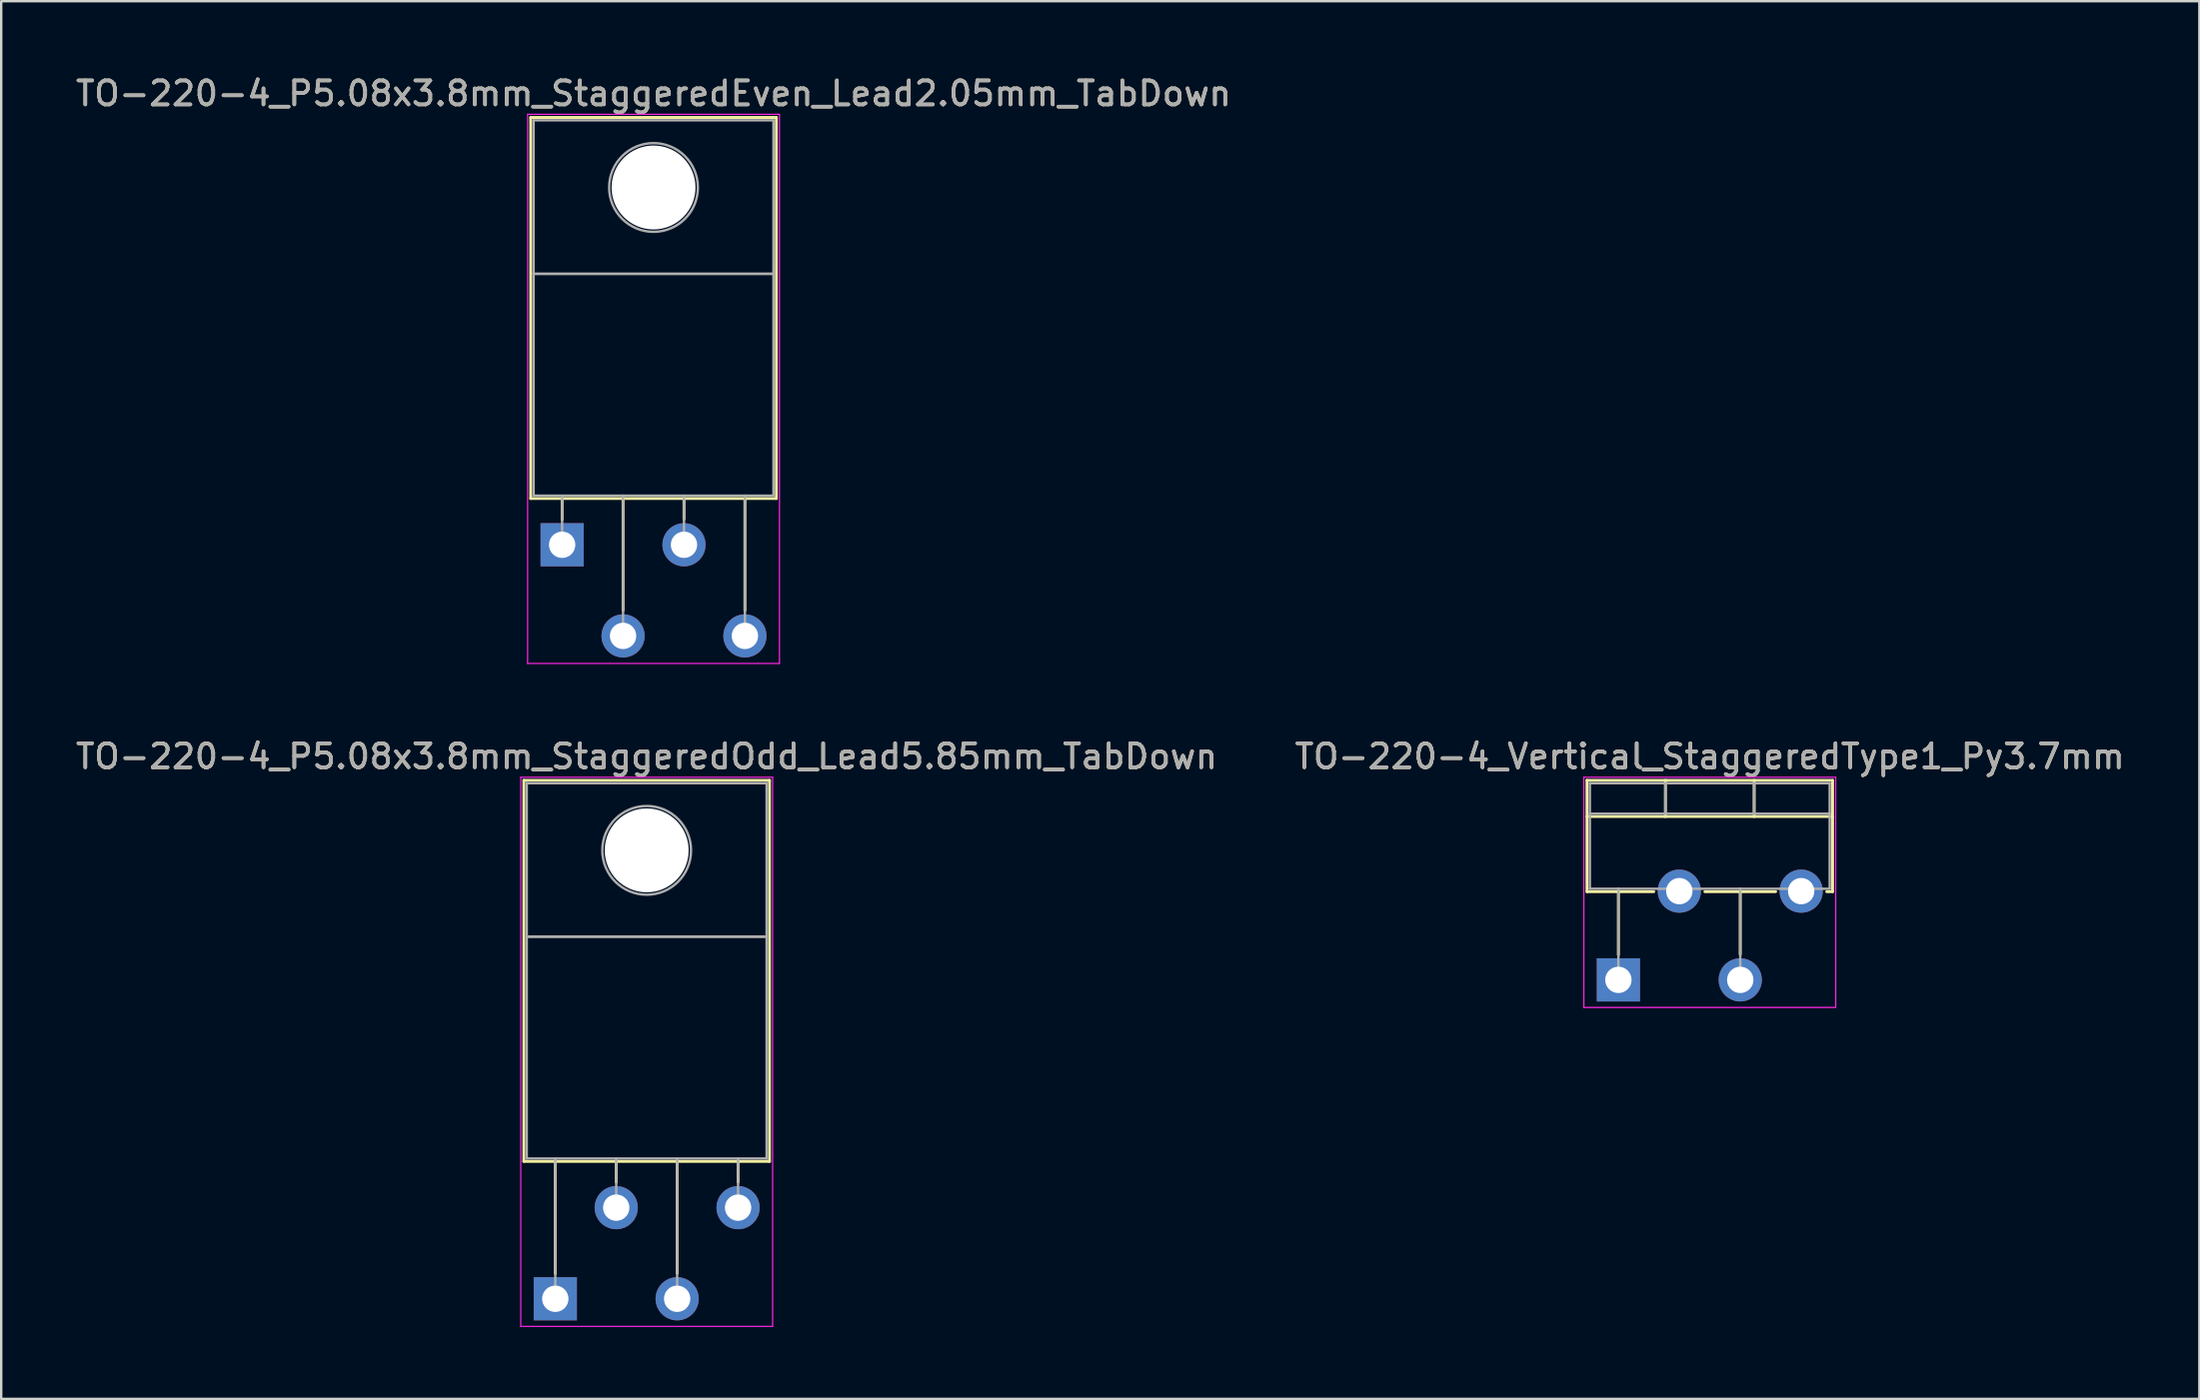
<source format=kicad_pcb>
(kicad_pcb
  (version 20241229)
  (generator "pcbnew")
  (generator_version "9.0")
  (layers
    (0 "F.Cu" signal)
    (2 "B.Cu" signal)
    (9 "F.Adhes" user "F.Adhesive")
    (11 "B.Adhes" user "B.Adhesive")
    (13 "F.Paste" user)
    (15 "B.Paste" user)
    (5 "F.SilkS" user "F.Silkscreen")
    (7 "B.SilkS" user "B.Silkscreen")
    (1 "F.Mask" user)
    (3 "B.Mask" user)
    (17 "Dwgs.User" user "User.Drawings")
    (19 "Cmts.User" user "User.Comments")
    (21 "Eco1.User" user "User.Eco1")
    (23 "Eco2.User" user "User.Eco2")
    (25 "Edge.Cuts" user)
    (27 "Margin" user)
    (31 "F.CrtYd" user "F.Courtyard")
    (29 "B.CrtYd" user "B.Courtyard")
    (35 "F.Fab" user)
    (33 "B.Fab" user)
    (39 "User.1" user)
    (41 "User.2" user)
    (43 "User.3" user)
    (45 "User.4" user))
  (footprint "TO-220-4_P5.08x3.8mm_StaggeredOdd_Lead5.85mm_TabDown"
    (layer "F.Cu")
    (at 20.101 51.111)
    (property "Reference" "TO-220-4_P5.08x3.8mm_StaggeredOdd_Lead5.85mm_TabDown" (at 3.81 -22.62 0) (layer "F.SilkS") (effects (font (size 1 1) (thickness 0.15))))
    (attr through_hole)
    (fp_line (start -1.31 -21.62) (end -1.31 -5.73) (stroke (width 0.12) (type solid)) (layer "F.SilkS"))
    (fp_line (start -1.31 -21.62) (end 8.93 -21.62) (stroke (width 0.12) (type solid)) (layer "F.SilkS"))
    (fp_line (start -1.31 -5.73) (end 8.93 -5.73) (stroke (width 0.12) (type solid)) (layer "F.SilkS"))
    (fp_line (start 0 -5.73) (end 0 -1.05) (stroke (width 0.12) (type solid)) (layer "F.SilkS"))
    (fp_line (start 2.54 -5.73) (end 2.54 -4.866) (stroke (width 0.12) (type solid)) (layer "F.SilkS"))
    (fp_line (start 5.08 -5.73) (end 5.08 -1.065) (stroke (width 0.12) (type solid)) (layer "F.SilkS"))
    (fp_line (start 7.62 -5.73) (end 7.62 -4.866) (stroke (width 0.12) (type solid)) (layer "F.SilkS"))
    (fp_line (start 8.93 -21.62) (end 8.93 -5.73) (stroke (width 0.12) (type solid)) (layer "F.SilkS"))
    (fp_line (start -1.44 -21.75) (end -1.44 1.15) (stroke (width 0.05) (type solid)) (layer "F.CrtYd"))
    (fp_line (start -1.44 1.15) (end 9.06 1.15) (stroke (width 0.05) (type solid)) (layer "F.CrtYd"))
    (fp_line (start 9.06 -21.75) (end -1.44 -21.75) (stroke (width 0.05) (type solid)) (layer "F.CrtYd"))
    (fp_line (start 9.06 1.15) (end 9.06 -21.75) (stroke (width 0.05) (type solid)) (layer "F.CrtYd"))
    (fp_line (start -1.19 -21.5) (end 8.81 -21.5) (stroke (width 0.1) (type solid)) (layer "F.Fab"))
    (fp_line (start -1.19 -15.1) (end -1.19 -21.5) (stroke (width 0.1) (type solid)) (layer "F.Fab"))
    (fp_line (start -1.19 -15.1) (end 8.81 -15.1) (stroke (width 0.1) (type solid)) (layer "F.Fab"))
    (fp_line (start -1.19 -5.85) (end -1.19 -15.1) (stroke (width 0.1) (type solid)) (layer "F.Fab"))
    (fp_line (start 0 -5.85) (end 0 0) (stroke (width 0.1) (type solid)) (layer "F.Fab"))
    (fp_line (start 2.54 -5.85) (end 2.54 -3.8) (stroke (width 0.1) (type solid)) (layer "F.Fab"))
    (fp_line (start 5.08 -5.85) (end 5.08 0) (stroke (width 0.1) (type solid)) (layer "F.Fab"))
    (fp_line (start 7.62 -5.85) (end 7.62 -3.8) (stroke (width 0.1) (type solid)) (layer "F.Fab"))
    (fp_line (start 8.81 -21.5) (end 8.81 -15.1) (stroke (width 0.1) (type solid)) (layer "F.Fab"))
    (fp_line (start 8.81 -15.1) (end -1.19 -15.1) (stroke (width 0.1) (type solid)) (layer "F.Fab"))
    (fp_line (start 8.81 -15.1) (end 8.81 -5.85) (stroke (width 0.1) (type solid)) (layer "F.Fab"))
    (fp_line (start 8.81 -5.85) (end -1.19 -5.85) (stroke (width 0.1) (type solid)) (layer "F.Fab"))
    (fp_circle (center 3.81 -18.7) (end 5.66 -18.7) (stroke (width 0.1) (type solid)) (fill no) (layer "F.Fab"))
    (fp_text user "${REFERENCE}" (at 3.81 -22.62 0) (layer "F.Fab") (effects (font (size 1 1) (thickness 0.15))))
    (pad "" np_thru_hole oval (at 3.81 -18.7) (size 3.5 3.5) (drill 3.5) (layers "*.Cu" "*.Mask"))
    (pad "1" thru_hole rect (at 0 0) (size 1.8 1.8) (drill 1.1) (layers "*.Cu" "*.Mask"))
    (pad "2" thru_hole oval (at 2.54 -3.8) (size 1.8 1.8) (drill 1.1) (layers "*.Cu" "*.Mask"))
    (pad "3" thru_hole oval (at 5.08 0) (size 1.8 1.8) (drill 1.1) (layers "*.Cu" "*.Mask"))
    (pad "4" thru_hole oval (at 7.62 -3.8) (size 1.8 1.8) (drill 1.1) (layers "*.Cu" "*.Mask")))
  (footprint "TO-220-4_P5.08x3.8mm_StaggeredEven_Lead2.05mm_TabDown"
    (layer "F.Cu")
    (at 20.386 19.668)
    (property "Reference" "TO-220-4_P5.08x3.8mm_StaggeredEven_Lead2.05mm_TabDown" (at 3.81 -18.82 0) (layer "F.SilkS") (effects (font (size 1 1) (thickness 0.15))))
    (attr through_hole)
    (fp_line (start -1.31 -17.82) (end -1.31 -1.93) (stroke (width 0.12) (type solid)) (layer "F.SilkS"))
    (fp_line (start -1.31 -17.82) (end 8.93 -17.82) (stroke (width 0.12) (type solid)) (layer "F.SilkS"))
    (fp_line (start -1.31 -1.93) (end 8.93 -1.93) (stroke (width 0.12) (type solid)) (layer "F.SilkS"))
    (fp_line (start 0 -1.93) (end 0 -1.05) (stroke (width 0.12) (type solid)) (layer "F.SilkS"))
    (fp_line (start 2.54 -1.93) (end 2.54 2.735) (stroke (width 0.12) (type solid)) (layer "F.SilkS"))
    (fp_line (start 5.08 -1.93) (end 5.08 -1.066) (stroke (width 0.12) (type solid)) (layer "F.SilkS"))
    (fp_line (start 7.62 -1.93) (end 7.62 2.735) (stroke (width 0.12) (type solid)) (layer "F.SilkS"))
    (fp_line (start 8.93 -17.82) (end 8.93 -1.93) (stroke (width 0.12) (type solid)) (layer "F.SilkS"))
    (fp_line (start -1.44 -17.95) (end -1.44 4.95) (stroke (width 0.05) (type solid)) (layer "F.CrtYd"))
    (fp_line (start -1.44 4.95) (end 9.06 4.95) (stroke (width 0.05) (type solid)) (layer "F.CrtYd"))
    (fp_line (start 9.06 -17.95) (end -1.44 -17.95) (stroke (width 0.05) (type solid)) (layer "F.CrtYd"))
    (fp_line (start 9.06 4.95) (end 9.06 -17.95) (stroke (width 0.05) (type solid)) (layer "F.CrtYd"))
    (fp_line (start -1.19 -17.7) (end 8.81 -17.7) (stroke (width 0.1) (type solid)) (layer "F.Fab"))
    (fp_line (start -1.19 -11.3) (end -1.19 -17.7) (stroke (width 0.1) (type solid)) (layer "F.Fab"))
    (fp_line (start -1.19 -11.3) (end 8.81 -11.3) (stroke (width 0.1) (type solid)) (layer "F.Fab"))
    (fp_line (start -1.19 -2.05) (end -1.19 -11.3) (stroke (width 0.1) (type solid)) (layer "F.Fab"))
    (fp_line (start 0 -2.05) (end 0 0) (stroke (width 0.1) (type solid)) (layer "F.Fab"))
    (fp_line (start 2.54 -2.05) (end 2.54 3.8) (stroke (width 0.1) (type solid)) (layer "F.Fab"))
    (fp_line (start 5.08 -2.05) (end 5.08 0) (stroke (width 0.1) (type solid)) (layer "F.Fab"))
    (fp_line (start 7.62 -2.05) (end 7.62 3.8) (stroke (width 0.1) (type solid)) (layer "F.Fab"))
    (fp_line (start 8.81 -17.7) (end 8.81 -11.3) (stroke (width 0.1) (type solid)) (layer "F.Fab"))
    (fp_line (start 8.81 -11.3) (end -1.19 -11.3) (stroke (width 0.1) (type solid)) (layer "F.Fab"))
    (fp_line (start 8.81 -11.3) (end 8.81 -2.05) (stroke (width 0.1) (type solid)) (layer "F.Fab"))
    (fp_line (start 8.81 -2.05) (end -1.19 -2.05) (stroke (width 0.1) (type solid)) (layer "F.Fab"))
    (fp_circle (center 3.81 -14.9) (end 5.66 -14.9) (stroke (width 0.1) (type solid)) (fill no) (layer "F.Fab"))
    (fp_text user "${REFERENCE}" (at 3.81 -18.82 0) (layer "F.Fab") (effects (font (size 1 1) (thickness 0.15))))
    (pad "" np_thru_hole oval (at 3.81 -14.9) (size 3.5 3.5) (drill 3.5) (layers "*.Cu" "*.Mask"))
    (pad "1" thru_hole rect (at 0 0) (size 1.8 1.8) (drill 1.1) (layers "*.Cu" "*.Mask"))
    (pad "2" thru_hole oval (at 2.54 3.8) (size 1.8 1.8) (drill 1.1) (layers "*.Cu" "*.Mask"))
    (pad "3" thru_hole oval (at 5.08 0) (size 1.8 1.8) (drill 1.1) (layers "*.Cu" "*.Mask"))
    (pad "4" thru_hole oval (at 7.62 3.8) (size 1.8 1.8) (drill 1.1) (layers "*.Cu" "*.Mask")))
  (footprint "TO-220-4_Vertical_StaggeredType1_Py3.7mm"
    (layer "F.Cu")
    (at 64.422 37.812)
    (property "Reference" "TO-220-4_Vertical_StaggeredType1_Py3.7mm" (at 3.81 -9.32 0) (layer "F.SilkS") (effects (font (size 1 1) (thickness 0.15))))
    (attr through_hole)
    (fp_line (start -1.31 -8.32) (end -1.31 -3.679) (stroke (width 0.12) (type solid)) (layer "F.SilkS"))
    (fp_line (start -1.31 -8.32) (end 8.93 -8.32) (stroke (width 0.12) (type solid)) (layer "F.SilkS"))
    (fp_line (start -1.31 -6.811) (end 8.93 -6.811) (stroke (width 0.12) (type solid)) (layer "F.SilkS"))
    (fp_line (start -1.31 -3.679) (end 1.475 -3.679) (stroke (width 0.12) (type solid)) (layer "F.SilkS"))
    (fp_line (start 0 -3.679) (end 0 -1.049) (stroke (width 0.12) (type solid)) (layer "F.SilkS"))
    (fp_line (start 1.96 -8.32) (end 1.96 -6.811) (stroke (width 0.12) (type solid)) (layer "F.SilkS"))
    (fp_line (start 3.605 -3.679) (end 6.556 -3.679) (stroke (width 0.12) (type solid)) (layer "F.SilkS"))
    (fp_line (start 5.08 -3.679) (end 5.08 -1.065) (stroke (width 0.12) (type solid)) (layer "F.SilkS"))
    (fp_line (start 5.66 -8.32) (end 5.66 -6.811) (stroke (width 0.12) (type solid)) (layer "F.SilkS"))
    (fp_line (start 8.685 -3.679) (end 8.93 -3.679) (stroke (width 0.12) (type solid)) (layer "F.SilkS"))
    (fp_line (start 8.93 -8.32) (end 8.93 -3.679) (stroke (width 0.12) (type solid)) (layer "F.SilkS"))
    (fp_line (start -1.44 -8.45) (end -1.44 1.15) (stroke (width 0.05) (type solid)) (layer "F.CrtYd"))
    (fp_line (start -1.44 1.15) (end 9.06 1.15) (stroke (width 0.05) (type solid)) (layer "F.CrtYd"))
    (fp_line (start 9.06 -8.45) (end -1.44 -8.45) (stroke (width 0.05) (type solid)) (layer "F.CrtYd"))
    (fp_line (start 9.06 1.15) (end 9.06 -8.45) (stroke (width 0.05) (type solid)) (layer "F.CrtYd"))
    (fp_line (start -1.19 -8.2) (end -1.19 -3.8) (stroke (width 0.1) (type solid)) (layer "F.Fab"))
    (fp_line (start -1.19 -6.93) (end 8.81 -6.93) (stroke (width 0.1) (type solid)) (layer "F.Fab"))
    (fp_line (start -1.19 -3.8) (end 8.81 -3.8) (stroke (width 0.1) (type solid)) (layer "F.Fab"))
    (fp_line (start 0 -3.8) (end 0 0) (stroke (width 0.1) (type solid)) (layer "F.Fab"))
    (fp_line (start 1.96 -8.2) (end 1.96 -6.93) (stroke (width 0.1) (type solid)) (layer "F.Fab"))
    (fp_line (start 2.54 -3.8) (end 2.54 -3.7) (stroke (width 0.1) (type solid)) (layer "F.Fab"))
    (fp_line (start 5.08 -3.8) (end 5.08 0) (stroke (width 0.1) (type solid)) (layer "F.Fab"))
    (fp_line (start 5.66 -8.2) (end 5.66 -6.93) (stroke (width 0.1) (type solid)) (layer "F.Fab"))
    (fp_line (start 7.62 -3.8) (end 7.62 -3.7) (stroke (width 0.1) (type solid)) (layer "F.Fab"))
    (fp_line (start 8.81 -8.2) (end -1.19 -8.2) (stroke (width 0.1) (type solid)) (layer "F.Fab"))
    (fp_line (start 8.81 -3.8) (end 8.81 -8.2) (stroke (width 0.1) (type solid)) (layer "F.Fab"))
    (fp_text user "${REFERENCE}" (at 3.81 -9.32 0) (layer "F.Fab") (effects (font (size 1 1) (thickness 0.15))))
    (pad "1" thru_hole rect (at 0 0) (size 1.8 1.8) (drill 1.1) (layers "*.Cu" "*.Mask"))
    (pad "2" thru_hole oval (at 2.54 -3.7) (size 1.8 1.8) (drill 1.1) (layers "*.Cu" "*.Mask"))
    (pad "3" thru_hole oval (at 5.08 0) (size 1.8 1.8) (drill 1.1) (layers "*.Cu" "*.Mask"))
    (pad "4" thru_hole oval (at 7.62 -3.7) (size 1.8 1.8) (drill 1.1) (layers "*.Cu" "*.Mask")))
  (gr_rect
    (start -3 -3)
    (end 88.643 55.286)
    (stroke (width 0.1) (type default))
    (fill no)
    (layer "Edge.Cuts")))
</source>
